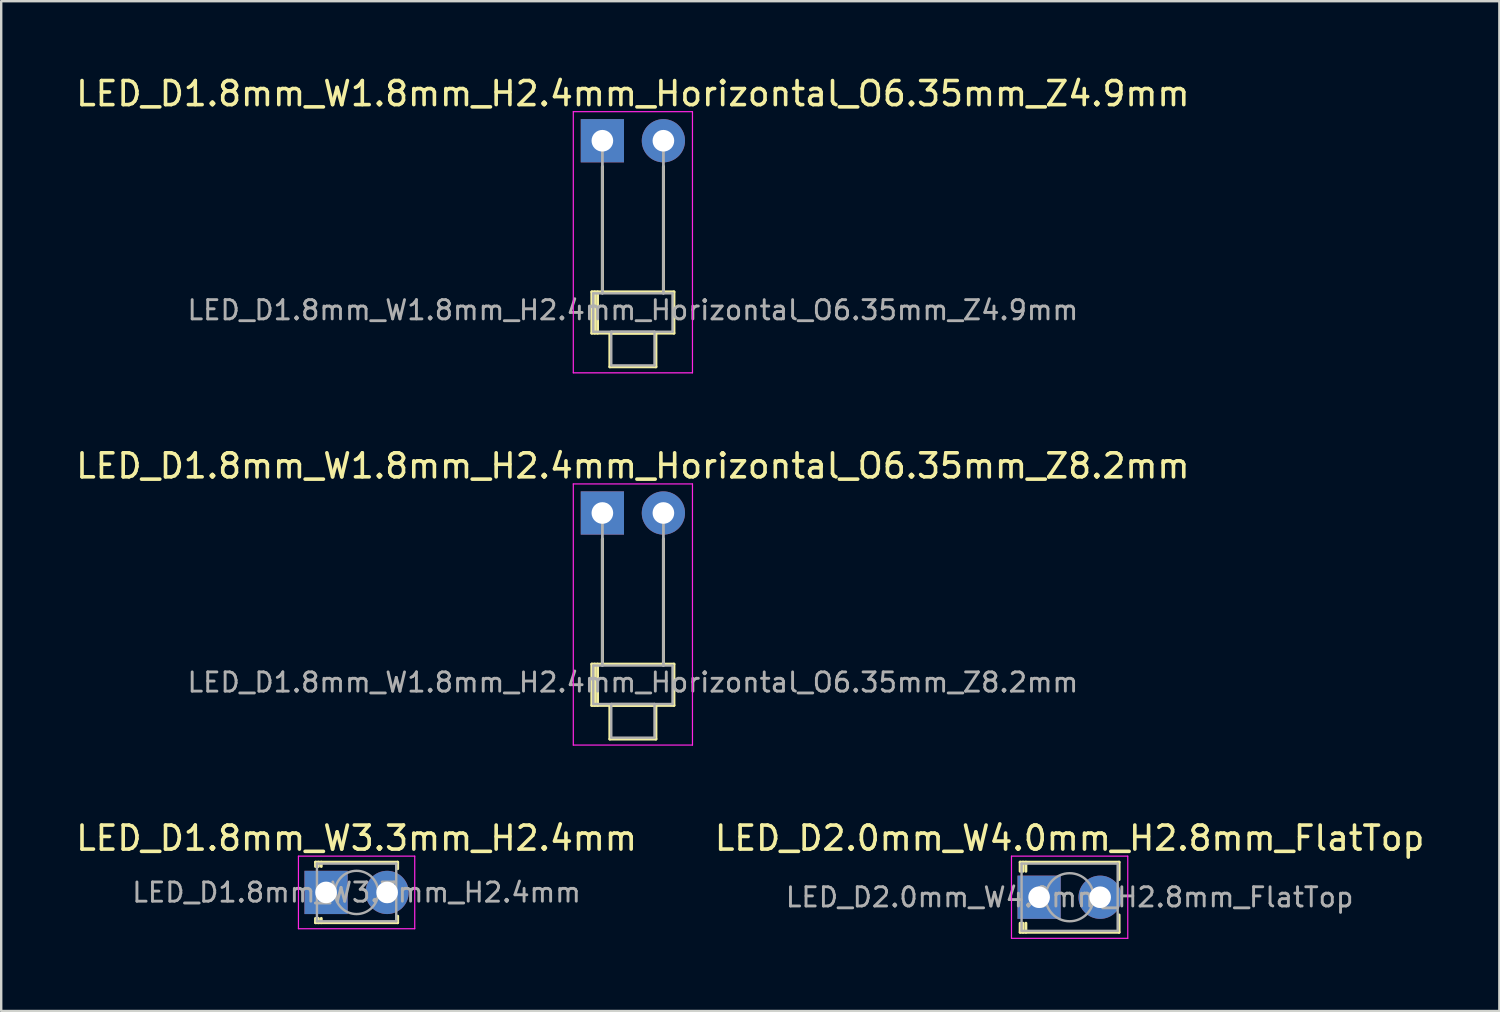
<source format=kicad_pcb>
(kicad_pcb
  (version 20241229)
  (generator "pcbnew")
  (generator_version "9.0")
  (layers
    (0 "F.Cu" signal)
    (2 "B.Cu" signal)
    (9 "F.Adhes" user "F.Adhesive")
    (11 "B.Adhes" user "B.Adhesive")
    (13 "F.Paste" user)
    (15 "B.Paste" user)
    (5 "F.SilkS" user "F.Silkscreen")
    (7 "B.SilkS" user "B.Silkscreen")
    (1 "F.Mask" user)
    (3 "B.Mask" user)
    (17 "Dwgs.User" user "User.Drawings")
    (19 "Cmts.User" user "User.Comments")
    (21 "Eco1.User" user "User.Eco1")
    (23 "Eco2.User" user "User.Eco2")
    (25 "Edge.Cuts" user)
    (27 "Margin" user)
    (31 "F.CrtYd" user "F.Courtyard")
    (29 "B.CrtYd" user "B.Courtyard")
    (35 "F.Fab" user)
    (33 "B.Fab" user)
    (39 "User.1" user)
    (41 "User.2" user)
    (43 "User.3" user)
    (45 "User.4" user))
  (footprint "LED_D2.0mm_W4.0mm_H2.8mm_FlatTop"
    (layer "F.Cu")
    (at 40.2 34.295)
    (property "Reference" "LED_D2.0mm_W4.0mm_H2.8mm_FlatTop" (at 1.27 -2.46 0) (layer "F.SilkS") (effects (font (size 1 1) (thickness 0.15))))
    (attr through_hole)
    (fp_line (start -0.79 -1.46) (end -0.79 -1.08) (stroke (width 0.12) (type solid)) (layer "F.SilkS"))
    (fp_line (start -0.79 -1.46) (end 3.33 -1.46) (stroke (width 0.12) (type solid)) (layer "F.SilkS"))
    (fp_line (start -0.79 1.08) (end -0.79 1.46) (stroke (width 0.12) (type solid)) (layer "F.SilkS"))
    (fp_line (start -0.79 1.46) (end 3.33 1.46) (stroke (width 0.12) (type solid)) (layer "F.SilkS"))
    (fp_line (start -0.67 -1.46) (end -0.67 -1.08) (stroke (width 0.12) (type solid)) (layer "F.SilkS"))
    (fp_line (start -0.67 1.08) (end -0.67 1.46) (stroke (width 0.12) (type solid)) (layer "F.SilkS"))
    (fp_line (start -0.55 -1.46) (end -0.55 -1.08) (stroke (width 0.12) (type solid)) (layer "F.SilkS"))
    (fp_line (start -0.55 1.08) (end -0.55 1.46) (stroke (width 0.12) (type solid)) (layer "F.SilkS"))
    (fp_line (start 3.33 -1.46) (end 3.33 -0.736) (stroke (width 0.12) (type solid)) (layer "F.SilkS"))
    (fp_line (start 3.33 0.736) (end 3.33 1.46) (stroke (width 0.12) (type solid)) (layer "F.SilkS"))
    (fp_line (start -1.15 -1.71) (end -1.15 1.71) (stroke (width 0.05) (type solid)) (layer "F.CrtYd"))
    (fp_line (start -1.15 1.71) (end 3.69 1.71) (stroke (width 0.05) (type solid)) (layer "F.CrtYd"))
    (fp_line (start 3.69 -1.71) (end -1.15 -1.71) (stroke (width 0.05) (type solid)) (layer "F.CrtYd"))
    (fp_line (start 3.69 1.71) (end 3.69 -1.71) (stroke (width 0.05) (type solid)) (layer "F.CrtYd"))
    (fp_line (start -0.73 -1.4) (end -0.73 1.4) (stroke (width 0.1) (type solid)) (layer "F.Fab"))
    (fp_line (start -0.73 1.4) (end 3.27 1.4) (stroke (width 0.1) (type solid)) (layer "F.Fab"))
    (fp_line (start 3.27 -1.4) (end -0.73 -1.4) (stroke (width 0.1) (type solid)) (layer "F.Fab"))
    (fp_line (start 3.27 1.4) (end 3.27 -1.4) (stroke (width 0.1) (type solid)) (layer "F.Fab"))
    (fp_circle (center 1.27 0) (end 2.27 0) (stroke (width 0.1) (type solid)) (fill no) (layer "F.Fab"))
    (fp_text user "${REFERENCE}" (at 1.27 0 0) (layer "F.Fab") (effects (font (size 0.8 0.8) (thickness 0.12))))
    (pad "1" thru_hole rect (at 0 0) (size 1.8 1.8) (drill 0.9) (layers "*.Cu" "*.Mask"))
    (pad "2" thru_hole circle (at 2.54 0) (size 1.8 1.8) (drill 0.9) (layers "*.Cu" "*.Mask")))
  (footprint "LED_D1.8mm_W1.8mm_H2.4mm_Horizontal_O6.35mm_Z8.2mm"
    (layer "F.Cu")
    (at 22.022 18.302)
    (property "Reference" "LED_D1.8mm_W1.8mm_H2.4mm_Horizontal_O6.35mm_Z8.2mm" (at 1.27 -1.96 0) (layer "F.SilkS") (effects (font (size 1 1) (thickness 0.15))))
    (attr through_hole)
    (fp_line (start -0.44 6.29) (end -0.44 8.01) (stroke (width 0.12) (type solid)) (layer "F.SilkS"))
    (fp_line (start -0.44 8.01) (end 2.98 8.01) (stroke (width 0.12) (type solid)) (layer "F.SilkS"))
    (fp_line (start -0.32 6.29) (end -0.32 8.01) (stroke (width 0.12) (type solid)) (layer "F.SilkS"))
    (fp_line (start -0.2 6.29) (end -0.2 8.01) (stroke (width 0.12) (type solid)) (layer "F.SilkS"))
    (fp_line (start 0 1.08) (end 0 1.08) (stroke (width 0.12) (type solid)) (layer "F.SilkS"))
    (fp_line (start 0 1.08) (end 0 6.29) (stroke (width 0.12) (type solid)) (layer "F.SilkS"))
    (fp_line (start 0 6.29) (end 0 1.08) (stroke (width 0.12) (type solid)) (layer "F.SilkS"))
    (fp_line (start 0 6.29) (end 0 6.29) (stroke (width 0.12) (type solid)) (layer "F.SilkS"))
    (fp_line (start 0.31 8.01) (end 0.31 9.41) (stroke (width 0.12) (type solid)) (layer "F.SilkS"))
    (fp_line (start 0.31 9.41) (end 2.23 9.41) (stroke (width 0.12) (type solid)) (layer "F.SilkS"))
    (fp_line (start 2.23 8.01) (end 0.31 8.01) (stroke (width 0.12) (type solid)) (layer "F.SilkS"))
    (fp_line (start 2.23 9.41) (end 2.23 8.01) (stroke (width 0.12) (type solid)) (layer "F.SilkS"))
    (fp_line (start 2.54 1.08) (end 2.54 1.08) (stroke (width 0.12) (type solid)) (layer "F.SilkS"))
    (fp_line (start 2.54 1.08) (end 2.54 6.29) (stroke (width 0.12) (type solid)) (layer "F.SilkS"))
    (fp_line (start 2.54 6.29) (end 2.54 1.08) (stroke (width 0.12) (type solid)) (layer "F.SilkS"))
    (fp_line (start 2.54 6.29) (end 2.54 6.29) (stroke (width 0.12) (type solid)) (layer "F.SilkS"))
    (fp_line (start 2.98 6.29) (end -0.44 6.29) (stroke (width 0.12) (type solid)) (layer "F.SilkS"))
    (fp_line (start 2.98 8.01) (end 2.98 6.29) (stroke (width 0.12) (type solid)) (layer "F.SilkS"))
    (fp_line (start -1.21 -1.21) (end -1.21 9.66) (stroke (width 0.05) (type solid)) (layer "F.CrtYd"))
    (fp_line (start -1.21 9.66) (end 3.75 9.66) (stroke (width 0.05) (type solid)) (layer "F.CrtYd"))
    (fp_line (start 3.75 -1.21) (end -1.21 -1.21) (stroke (width 0.05) (type solid)) (layer "F.CrtYd"))
    (fp_line (start 3.75 9.66) (end 3.75 -1.21) (stroke (width 0.05) (type solid)) (layer "F.CrtYd"))
    (fp_line (start -0.38 6.35) (end -0.38 7.95) (stroke (width 0.1) (type solid)) (layer "F.Fab"))
    (fp_line (start -0.38 7.95) (end 2.92 7.95) (stroke (width 0.1) (type solid)) (layer "F.Fab"))
    (fp_line (start 0 0) (end 0 0) (stroke (width 0.1) (type solid)) (layer "F.Fab"))
    (fp_line (start 0 0) (end 0 6.35) (stroke (width 0.1) (type solid)) (layer "F.Fab"))
    (fp_line (start 0 6.35) (end 0 0) (stroke (width 0.1) (type solid)) (layer "F.Fab"))
    (fp_line (start 0 6.35) (end 0 6.35) (stroke (width 0.1) (type solid)) (layer "F.Fab"))
    (fp_line (start 0.37 7.95) (end 0.37 9.35) (stroke (width 0.1) (type solid)) (layer "F.Fab"))
    (fp_line (start 0.37 9.35) (end 2.17 9.35) (stroke (width 0.1) (type solid)) (layer "F.Fab"))
    (fp_line (start 2.17 7.95) (end 0.37 7.95) (stroke (width 0.1) (type solid)) (layer "F.Fab"))
    (fp_line (start 2.17 9.35) (end 2.17 7.95) (stroke (width 0.1) (type solid)) (layer "F.Fab"))
    (fp_line (start 2.54 0) (end 2.54 0) (stroke (width 0.1) (type solid)) (layer "F.Fab"))
    (fp_line (start 2.54 0) (end 2.54 6.35) (stroke (width 0.1) (type solid)) (layer "F.Fab"))
    (fp_line (start 2.54 6.35) (end 2.54 0) (stroke (width 0.1) (type solid)) (layer "F.Fab"))
    (fp_line (start 2.54 6.35) (end 2.54 6.35) (stroke (width 0.1) (type solid)) (layer "F.Fab"))
    (fp_line (start 2.92 6.35) (end -0.38 6.35) (stroke (width 0.1) (type solid)) (layer "F.Fab"))
    (fp_line (start 2.92 7.95) (end 2.92 6.35) (stroke (width 0.1) (type solid)) (layer "F.Fab"))
    (fp_text user "${REFERENCE}" (at 1.27 7.05 0) (layer "F.Fab") (effects (font (size 0.8 0.8) (thickness 0.12))))
    (pad "1" thru_hole rect (at 0 0) (size 1.8 1.8) (drill 0.9) (layers "*.Cu" "*.Mask"))
    (pad "2" thru_hole circle (at 2.54 0) (size 1.8 1.8) (drill 0.9) (layers "*.Cu" "*.Mask")))
  (footprint "LED_D1.8mm_W1.8mm_H2.4mm_Horizontal_O6.35mm_Z4.9mm"
    (layer "F.Cu")
    (at 22.022 2.808)
    (property "Reference" "LED_D1.8mm_W1.8mm_H2.4mm_Horizontal_O6.35mm_Z4.9mm" (at 1.27 -1.96 0) (layer "F.SilkS") (effects (font (size 1 1) (thickness 0.15))))
    (attr through_hole)
    (fp_line (start -0.44 6.29) (end -0.44 8.01) (stroke (width 0.12) (type solid)) (layer "F.SilkS"))
    (fp_line (start -0.44 8.01) (end 2.98 8.01) (stroke (width 0.12) (type solid)) (layer "F.SilkS"))
    (fp_line (start -0.32 6.29) (end -0.32 8.01) (stroke (width 0.12) (type solid)) (layer "F.SilkS"))
    (fp_line (start -0.2 6.29) (end -0.2 8.01) (stroke (width 0.12) (type solid)) (layer "F.SilkS"))
    (fp_line (start 0 1.08) (end 0 1.08) (stroke (width 0.12) (type solid)) (layer "F.SilkS"))
    (fp_line (start 0 1.08) (end 0 6.29) (stroke (width 0.12) (type solid)) (layer "F.SilkS"))
    (fp_line (start 0 6.29) (end 0 1.08) (stroke (width 0.12) (type solid)) (layer "F.SilkS"))
    (fp_line (start 0 6.29) (end 0 6.29) (stroke (width 0.12) (type solid)) (layer "F.SilkS"))
    (fp_line (start 0.31 8.01) (end 0.31 9.41) (stroke (width 0.12) (type solid)) (layer "F.SilkS"))
    (fp_line (start 0.31 9.41) (end 2.23 9.41) (stroke (width 0.12) (type solid)) (layer "F.SilkS"))
    (fp_line (start 2.23 8.01) (end 0.31 8.01) (stroke (width 0.12) (type solid)) (layer "F.SilkS"))
    (fp_line (start 2.23 9.41) (end 2.23 8.01) (stroke (width 0.12) (type solid)) (layer "F.SilkS"))
    (fp_line (start 2.54 1.08) (end 2.54 1.08) (stroke (width 0.12) (type solid)) (layer "F.SilkS"))
    (fp_line (start 2.54 1.08) (end 2.54 6.29) (stroke (width 0.12) (type solid)) (layer "F.SilkS"))
    (fp_line (start 2.54 6.29) (end 2.54 1.08) (stroke (width 0.12) (type solid)) (layer "F.SilkS"))
    (fp_line (start 2.54 6.29) (end 2.54 6.29) (stroke (width 0.12) (type solid)) (layer "F.SilkS"))
    (fp_line (start 2.98 6.29) (end -0.44 6.29) (stroke (width 0.12) (type solid)) (layer "F.SilkS"))
    (fp_line (start 2.98 8.01) (end 2.98 6.29) (stroke (width 0.12) (type solid)) (layer "F.SilkS"))
    (fp_line (start -1.21 -1.21) (end -1.21 9.66) (stroke (width 0.05) (type solid)) (layer "F.CrtYd"))
    (fp_line (start -1.21 9.66) (end 3.75 9.66) (stroke (width 0.05) (type solid)) (layer "F.CrtYd"))
    (fp_line (start 3.75 -1.21) (end -1.21 -1.21) (stroke (width 0.05) (type solid)) (layer "F.CrtYd"))
    (fp_line (start 3.75 9.66) (end 3.75 -1.21) (stroke (width 0.05) (type solid)) (layer "F.CrtYd"))
    (fp_line (start -0.38 6.35) (end -0.38 7.95) (stroke (width 0.1) (type solid)) (layer "F.Fab"))
    (fp_line (start -0.38 7.95) (end 2.92 7.95) (stroke (width 0.1) (type solid)) (layer "F.Fab"))
    (fp_line (start 0 0) (end 0 0) (stroke (width 0.1) (type solid)) (layer "F.Fab"))
    (fp_line (start 0 0) (end 0 6.35) (stroke (width 0.1) (type solid)) (layer "F.Fab"))
    (fp_line (start 0 6.35) (end 0 0) (stroke (width 0.1) (type solid)) (layer "F.Fab"))
    (fp_line (start 0 6.35) (end 0 6.35) (stroke (width 0.1) (type solid)) (layer "F.Fab"))
    (fp_line (start 0.37 7.95) (end 0.37 9.35) (stroke (width 0.1) (type solid)) (layer "F.Fab"))
    (fp_line (start 0.37 9.35) (end 2.17 9.35) (stroke (width 0.1) (type solid)) (layer "F.Fab"))
    (fp_line (start 2.17 7.95) (end 0.37 7.95) (stroke (width 0.1) (type solid)) (layer "F.Fab"))
    (fp_line (start 2.17 9.35) (end 2.17 7.95) (stroke (width 0.1) (type solid)) (layer "F.Fab"))
    (fp_line (start 2.54 0) (end 2.54 0) (stroke (width 0.1) (type solid)) (layer "F.Fab"))
    (fp_line (start 2.54 0) (end 2.54 6.35) (stroke (width 0.1) (type solid)) (layer "F.Fab"))
    (fp_line (start 2.54 6.35) (end 2.54 0) (stroke (width 0.1) (type solid)) (layer "F.Fab"))
    (fp_line (start 2.54 6.35) (end 2.54 6.35) (stroke (width 0.1) (type solid)) (layer "F.Fab"))
    (fp_line (start 2.92 6.35) (end -0.38 6.35) (stroke (width 0.1) (type solid)) (layer "F.Fab"))
    (fp_line (start 2.92 7.95) (end 2.92 6.35) (stroke (width 0.1) (type solid)) (layer "F.Fab"))
    (fp_text user "${REFERENCE}" (at 1.27 7.05 0) (layer "F.Fab") (effects (font (size 0.8 0.8) (thickness 0.12))))
    (pad "1" thru_hole rect (at 0 0) (size 1.8 1.8) (drill 0.9) (layers "*.Cu" "*.Mask"))
    (pad "2" thru_hole circle (at 2.54 0) (size 1.8 1.8) (drill 0.9) (layers "*.Cu" "*.Mask")))
  (footprint "LED_D1.8mm_W3.3mm_H2.4mm"
    (layer "F.Cu")
    (at 10.522 34.095)
    (property "Reference" "LED_D1.8mm_W3.3mm_H2.4mm" (at 1.27 -2.26 0) (layer "F.SilkS") (effects (font (size 1 1) (thickness 0.15))))
    (attr through_hole)
    (fp_line (start -0.44 -1.26) (end -0.44 -1.08) (stroke (width 0.12) (type solid)) (layer "F.SilkS"))
    (fp_line (start -0.44 -1.26) (end 2.98 -1.26) (stroke (width 0.12) (type solid)) (layer "F.SilkS"))
    (fp_line (start -0.44 1.08) (end -0.44 1.26) (stroke (width 0.12) (type solid)) (layer "F.SilkS"))
    (fp_line (start -0.44 1.26) (end 2.98 1.26) (stroke (width 0.12) (type solid)) (layer "F.SilkS"))
    (fp_line (start -0.32 -1.26) (end -0.32 -1.08) (stroke (width 0.12) (type solid)) (layer "F.SilkS"))
    (fp_line (start -0.32 1.08) (end -0.32 1.26) (stroke (width 0.12) (type solid)) (layer "F.SilkS"))
    (fp_line (start -0.2 -1.26) (end -0.2 -1.08) (stroke (width 0.12) (type solid)) (layer "F.SilkS"))
    (fp_line (start -0.2 1.08) (end -0.2 1.26) (stroke (width 0.12) (type solid)) (layer "F.SilkS"))
    (fp_line (start 2.98 -1.26) (end 2.98 -0.986) (stroke (width 0.12) (type solid)) (layer "F.SilkS"))
    (fp_line (start 2.98 0.986) (end 2.98 1.26) (stroke (width 0.12) (type solid)) (layer "F.SilkS"))
    (fp_line (start -1.15 -1.51) (end -1.15 1.51) (stroke (width 0.05) (type solid)) (layer "F.CrtYd"))
    (fp_line (start -1.15 1.51) (end 3.69 1.51) (stroke (width 0.05) (type solid)) (layer "F.CrtYd"))
    (fp_line (start 3.69 -1.51) (end -1.15 -1.51) (stroke (width 0.05) (type solid)) (layer "F.CrtYd"))
    (fp_line (start 3.69 1.51) (end 3.69 -1.51) (stroke (width 0.05) (type solid)) (layer "F.CrtYd"))
    (fp_line (start -0.38 -1.2) (end -0.38 1.2) (stroke (width 0.1) (type solid)) (layer "F.Fab"))
    (fp_line (start -0.38 1.2) (end 2.92 1.2) (stroke (width 0.1) (type solid)) (layer "F.Fab"))
    (fp_line (start 2.92 -1.2) (end -0.38 -1.2) (stroke (width 0.1) (type solid)) (layer "F.Fab"))
    (fp_line (start 2.92 1.2) (end 2.92 -1.2) (stroke (width 0.1) (type solid)) (layer "F.Fab"))
    (fp_circle (center 1.27 0) (end 2.17 0) (stroke (width 0.1) (type solid)) (fill no) (layer "F.Fab"))
    (fp_text user "${REFERENCE}" (at 1.27 0 0) (layer "F.Fab") (effects (font (size 0.8 0.8) (thickness 0.12))))
    (pad "1" thru_hole rect (at 0 0) (size 1.8 1.8) (drill 0.9) (layers "*.Cu" "*.Mask"))
    (pad "2" thru_hole circle (at 2.54 0) (size 1.8 1.8) (drill 0.9) (layers "*.Cu" "*.Mask")))
  (gr_rect
    (start -3 -3)
    (end 59.357 39.03)
    (stroke (width 0.1) (type default))
    (fill no)
    (layer "Edge.Cuts")))
</source>
